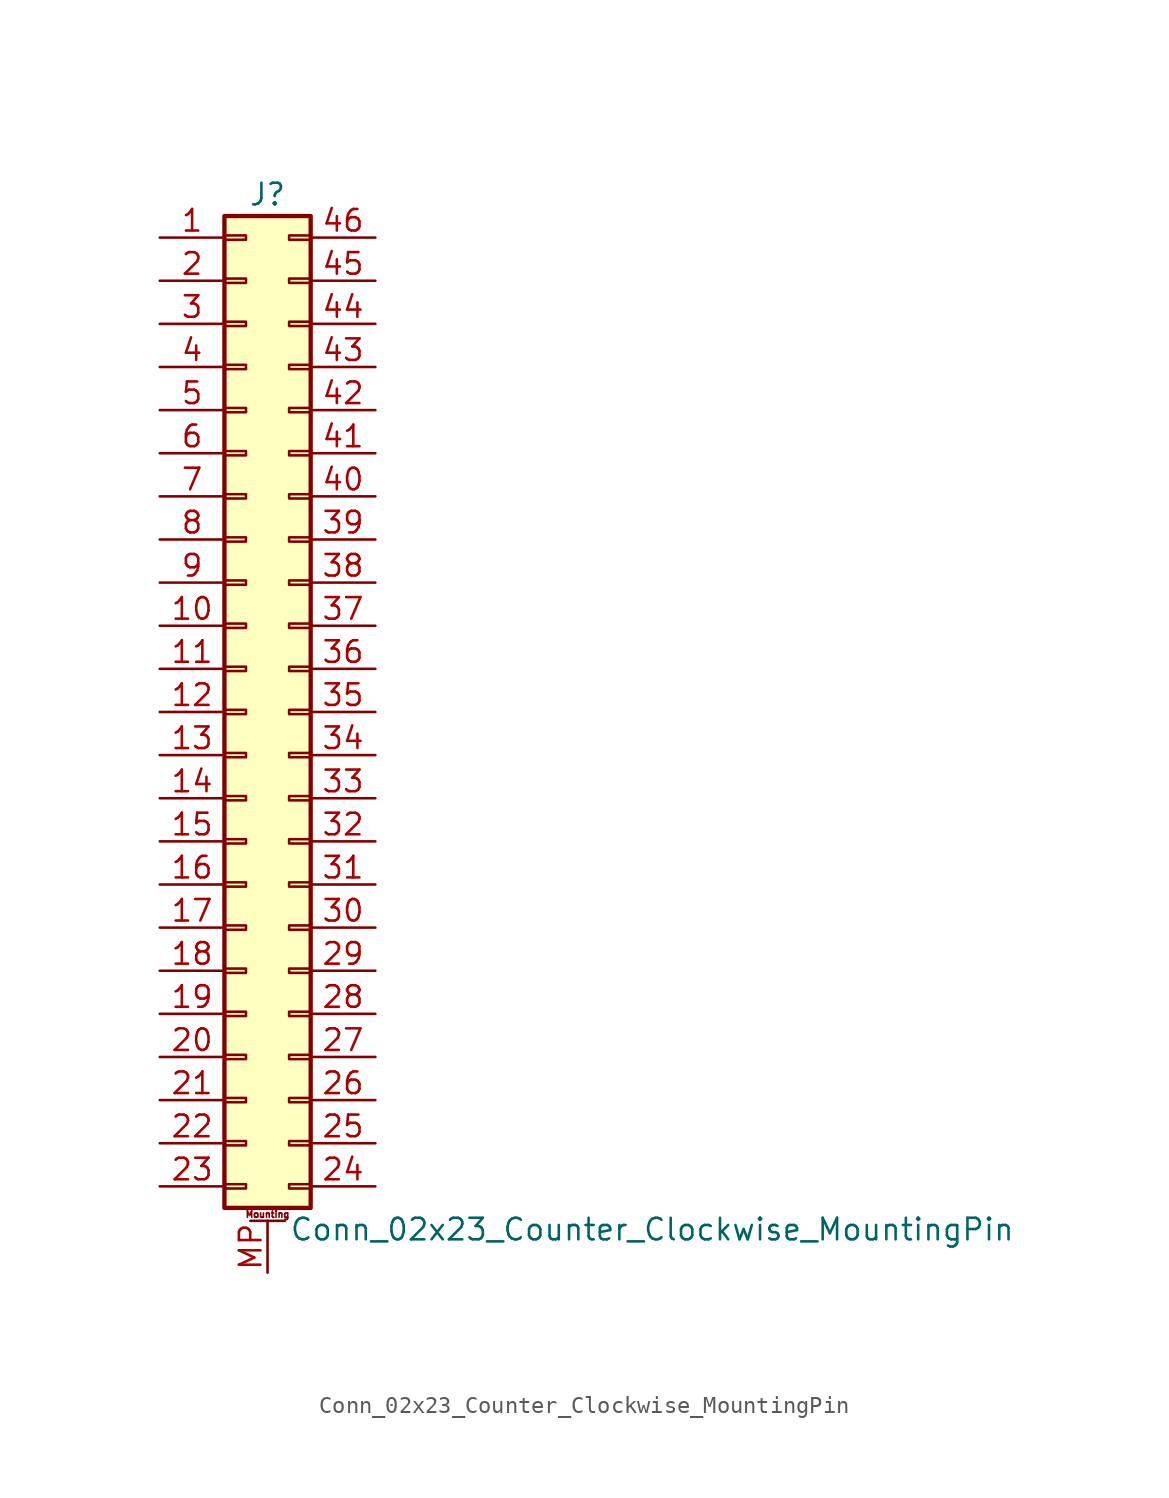
<source format=kicad_sym>
(kicad_symbol_lib
  (version 20201005)
  (generator kicad_symbol_editor)
  (symbol "Conn_02x23_Counter_Clockwise_MountingPin"
    (pin_names
      (offset 1.016) hide)
    (property "Reference" "J"
      (at 1.27 30.48 0)
      (effects (font (size 1.27 1.27))))
    (property "Value" "Conn_02x23_Counter_Clockwise_MountingPin"
      (at 2.54 -30.48 0)
      (effects (font (size 1.27 1.27)) (justify left)))
    (symbol "Conn_02x23_Counter_Clockwise_MountingPin_1_1"
      (text "Mounting" (at 1.27 -29.591 0) (effects (font (size 0.381 0.381))))
      (rectangle (start -1.27 -27.813) (end 0 -28.067) (stroke (width 0.152)) (fill (type none)))
      (rectangle (start -1.27 -25.273) (end 0 -25.527) (stroke (width 0.152)) (fill (type none)))
      (rectangle (start -1.27 -22.733) (end 0 -22.987) (stroke (width 0.152)) (fill (type none)))
      (rectangle (start -1.27 -20.193) (end 0 -20.447) (stroke (width 0.152)) (fill (type none)))
      (rectangle (start -1.27 -17.653) (end 0 -17.907) (stroke (width 0.152)) (fill (type none)))
      (rectangle (start -1.27 -15.113) (end 0 -15.367) (stroke (width 0.152)) (fill (type none)))
      (rectangle (start -1.27 -12.573) (end 0 -12.827) (stroke (width 0.152)) (fill (type none)))
      (rectangle (start -1.27 -10.033) (end 0 -10.287) (stroke (width 0.152)) (fill (type none)))
      (rectangle (start -1.27 -7.493) (end 0 -7.747) (stroke (width 0.152)) (fill (type none)))
      (rectangle (start -1.27 -4.953) (end 0 -5.207) (stroke (width 0.152)) (fill (type none)))
      (rectangle (start -1.27 -2.413) (end 0 -2.667) (stroke (width 0.152)) (fill (type none)))
      (rectangle (start -1.27 0.127) (end 0 -0.127) (stroke (width 0.152)) (fill (type none)))
      (rectangle (start -1.27 2.667) (end 0 2.413) (stroke (width 0.152)) (fill (type none)))
      (rectangle (start -1.27 5.207) (end 0 4.953) (stroke (width 0.152)) (fill (type none)))
      (rectangle (start -1.27 7.747) (end 0 7.493) (stroke (width 0.152)) (fill (type none)))
      (rectangle (start -1.27 10.287) (end 0 10.033) (stroke (width 0.152)) (fill (type none)))
      (rectangle (start -1.27 12.827) (end 0 12.573) (stroke (width 0.152)) (fill (type none)))
      (rectangle (start -1.27 15.367) (end 0 15.113) (stroke (width 0.152)) (fill (type none)))
      (rectangle (start -1.27 17.907) (end 0 17.653) (stroke (width 0.152)) (fill (type none)))
      (rectangle (start -1.27 20.447) (end 0 20.193) (stroke (width 0.152)) (fill (type none)))
      (rectangle (start -1.27 22.987) (end 0 22.733) (stroke (width 0.152)) (fill (type none)))
      (rectangle (start -1.27 25.527) (end 0 25.273) (stroke (width 0.152)) (fill (type none)))
      (rectangle (start -1.27 28.067) (end 0 27.813) (stroke (width 0.152)) (fill (type none)))
      (rectangle (start -1.27 29.21) (end 3.81 -29.21) (stroke (width 0.254)) (fill (type background)))
      (rectangle (start 3.81 -27.813) (end 2.54 -28.067) (stroke (width 0.152)) (fill (type none)))
      (rectangle (start 3.81 -25.273) (end 2.54 -25.527) (stroke (width 0.152)) (fill (type none)))
      (rectangle (start 3.81 -22.733) (end 2.54 -22.987) (stroke (width 0.152)) (fill (type none)))
      (rectangle (start 3.81 -20.193) (end 2.54 -20.447) (stroke (width 0.152)) (fill (type none)))
      (rectangle (start 3.81 -17.653) (end 2.54 -17.907) (stroke (width 0.152)) (fill (type none)))
      (rectangle (start 3.81 -15.113) (end 2.54 -15.367) (stroke (width 0.152)) (fill (type none)))
      (rectangle (start 3.81 -12.573) (end 2.54 -12.827) (stroke (width 0.152)) (fill (type none)))
      (rectangle (start 3.81 -10.033) (end 2.54 -10.287) (stroke (width 0.152)) (fill (type none)))
      (rectangle (start 3.81 -7.493) (end 2.54 -7.747) (stroke (width 0.152)) (fill (type none)))
      (rectangle (start 3.81 -4.953) (end 2.54 -5.207) (stroke (width 0.152)) (fill (type none)))
      (rectangle (start 3.81 -2.413) (end 2.54 -2.667) (stroke (width 0.152)) (fill (type none)))
      (rectangle (start 3.81 0.127) (end 2.54 -0.127) (stroke (width 0.152)) (fill (type none)))
      (rectangle (start 3.81 2.667) (end 2.54 2.413) (stroke (width 0.152)) (fill (type none)))
      (rectangle (start 3.81 5.207) (end 2.54 4.953) (stroke (width 0.152)) (fill (type none)))
      (rectangle (start 3.81 7.747) (end 2.54 7.493) (stroke (width 0.152)) (fill (type none)))
      (rectangle (start 3.81 10.287) (end 2.54 10.033) (stroke (width 0.152)) (fill (type none)))
      (rectangle (start 3.81 12.827) (end 2.54 12.573) (stroke (width 0.152)) (fill (type none)))
      (rectangle (start 3.81 15.367) (end 2.54 15.113) (stroke (width 0.152)) (fill (type none)))
      (rectangle (start 3.81 17.907) (end 2.54 17.653) (stroke (width 0.152)) (fill (type none)))
      (rectangle (start 3.81 20.447) (end 2.54 20.193) (stroke (width 0.152)) (fill (type none)))
      (rectangle (start 3.81 22.987) (end 2.54 22.733) (stroke (width 0.152)) (fill (type none)))
      (rectangle (start 3.81 25.527) (end 2.54 25.273) (stroke (width 0.152)) (fill (type none)))
      (rectangle (start 3.81 28.067) (end 2.54 27.813) (stroke (width 0.152)) (fill (type none)))
      (polyline (pts (xy 0.254 -29.972) (xy 2.286 -29.972)) (stroke (width 0.152)) (fill (type none)))
      (pin passive line (at -5.08 27.94 0) (length 3.81) (name "Pin_1" (effects (font (size 1.27 1.27)))) (number "1" (effects (font (size 1.27 1.27)))))
      (pin passive line (at -5.08 5.08 0) (length 3.81) (name "Pin_10" (effects (font (size 1.27 1.27)))) (number "10" (effects (font (size 1.27 1.27)))))
      (pin passive line (at -5.08 2.54 0) (length 3.81) (name "Pin_11" (effects (font (size 1.27 1.27)))) (number "11" (effects (font (size 1.27 1.27)))))
      (pin passive line (at -5.08 0 0) (length 3.81) (name "Pin_12" (effects (font (size 1.27 1.27)))) (number "12" (effects (font (size 1.27 1.27)))))
      (pin passive line (at -5.08 -2.54 0) (length 3.81) (name "Pin_13" (effects (font (size 1.27 1.27)))) (number "13" (effects (font (size 1.27 1.27)))))
      (pin passive line (at -5.08 -5.08 0) (length 3.81) (name "Pin_14" (effects (font (size 1.27 1.27)))) (number "14" (effects (font (size 1.27 1.27)))))
      (pin passive line (at -5.08 -7.62 0) (length 3.81) (name "Pin_15" (effects (font (size 1.27 1.27)))) (number "15" (effects (font (size 1.27 1.27)))))
      (pin passive line (at -5.08 -10.16 0) (length 3.81) (name "Pin_16" (effects (font (size 1.27 1.27)))) (number "16" (effects (font (size 1.27 1.27)))))
      (pin passive line (at -5.08 -12.7 0) (length 3.81) (name "Pin_17" (effects (font (size 1.27 1.27)))) (number "17" (effects (font (size 1.27 1.27)))))
      (pin passive line (at -5.08 -15.24 0) (length 3.81) (name "Pin_18" (effects (font (size 1.27 1.27)))) (number "18" (effects (font (size 1.27 1.27)))))
      (pin passive line (at -5.08 -17.78 0) (length 3.81) (name "Pin_19" (effects (font (size 1.27 1.27)))) (number "19" (effects (font (size 1.27 1.27)))))
      (pin passive line (at -5.08 25.4 0) (length 3.81) (name "Pin_2" (effects (font (size 1.27 1.27)))) (number "2" (effects (font (size 1.27 1.27)))))
      (pin passive line (at -5.08 -20.32 0) (length 3.81) (name "Pin_20" (effects (font (size 1.27 1.27)))) (number "20" (effects (font (size 1.27 1.27)))))
      (pin passive line (at -5.08 -22.86 0) (length 3.81) (name "Pin_21" (effects (font (size 1.27 1.27)))) (number "21" (effects (font (size 1.27 1.27)))))
      (pin passive line (at -5.08 -25.4 0) (length 3.81) (name "Pin_22" (effects (font (size 1.27 1.27)))) (number "22" (effects (font (size 1.27 1.27)))))
      (pin passive line (at -5.08 -27.94 0) (length 3.81) (name "Pin_23" (effects (font (size 1.27 1.27)))) (number "23" (effects (font (size 1.27 1.27)))))
      (pin passive line (at 7.62 -27.94 180) (length 3.81) (name "Pin_24" (effects (font (size 1.27 1.27)))) (number "24" (effects (font (size 1.27 1.27)))))
      (pin passive line (at 7.62 -25.4 180) (length 3.81) (name "Pin_25" (effects (font (size 1.27 1.27)))) (number "25" (effects (font (size 1.27 1.27)))))
      (pin passive line (at 7.62 -22.86 180) (length 3.81) (name "Pin_26" (effects (font (size 1.27 1.27)))) (number "26" (effects (font (size 1.27 1.27)))))
      (pin passive line (at 7.62 -20.32 180) (length 3.81) (name "Pin_27" (effects (font (size 1.27 1.27)))) (number "27" (effects (font (size 1.27 1.27)))))
      (pin passive line (at 7.62 -17.78 180) (length 3.81) (name "Pin_28" (effects (font (size 1.27 1.27)))) (number "28" (effects (font (size 1.27 1.27)))))
      (pin passive line (at 7.62 -15.24 180) (length 3.81) (name "Pin_29" (effects (font (size 1.27 1.27)))) (number "29" (effects (font (size 1.27 1.27)))))
      (pin passive line (at -5.08 22.86 0) (length 3.81) (name "Pin_3" (effects (font (size 1.27 1.27)))) (number "3" (effects (font (size 1.27 1.27)))))
      (pin passive line (at 7.62 -12.7 180) (length 3.81) (name "Pin_30" (effects (font (size 1.27 1.27)))) (number "30" (effects (font (size 1.27 1.27)))))
      (pin passive line (at 7.62 -10.16 180) (length 3.81) (name "Pin_31" (effects (font (size 1.27 1.27)))) (number "31" (effects (font (size 1.27 1.27)))))
      (pin passive line (at 7.62 -7.62 180) (length 3.81) (name "Pin_32" (effects (font (size 1.27 1.27)))) (number "32" (effects (font (size 1.27 1.27)))))
      (pin passive line (at 7.62 -5.08 180) (length 3.81) (name "Pin_33" (effects (font (size 1.27 1.27)))) (number "33" (effects (font (size 1.27 1.27)))))
      (pin passive line (at 7.62 -2.54 180) (length 3.81) (name "Pin_34" (effects (font (size 1.27 1.27)))) (number "34" (effects (font (size 1.27 1.27)))))
      (pin passive line (at 7.62 0 180) (length 3.81) (name "Pin_35" (effects (font (size 1.27 1.27)))) (number "35" (effects (font (size 1.27 1.27)))))
      (pin passive line (at 7.62 2.54 180) (length 3.81) (name "Pin_36" (effects (font (size 1.27 1.27)))) (number "36" (effects (font (size 1.27 1.27)))))
      (pin passive line (at 7.62 5.08 180) (length 3.81) (name "Pin_37" (effects (font (size 1.27 1.27)))) (number "37" (effects (font (size 1.27 1.27)))))
      (pin passive line (at 7.62 7.62 180) (length 3.81) (name "Pin_38" (effects (font (size 1.27 1.27)))) (number "38" (effects (font (size 1.27 1.27)))))
      (pin passive line (at 7.62 10.16 180) (length 3.81) (name "Pin_39" (effects (font (size 1.27 1.27)))) (number "39" (effects (font (size 1.27 1.27)))))
      (pin passive line (at -5.08 20.32 0) (length 3.81) (name "Pin_4" (effects (font (size 1.27 1.27)))) (number "4" (effects (font (size 1.27 1.27)))))
      (pin passive line (at 7.62 12.7 180) (length 3.81) (name "Pin_40" (effects (font (size 1.27 1.27)))) (number "40" (effects (font (size 1.27 1.27)))))
      (pin passive line (at 7.62 15.24 180) (length 3.81) (name "Pin_41" (effects (font (size 1.27 1.27)))) (number "41" (effects (font (size 1.27 1.27)))))
      (pin passive line (at 7.62 17.78 180) (length 3.81) (name "Pin_42" (effects (font (size 1.27 1.27)))) (number "42" (effects (font (size 1.27 1.27)))))
      (pin passive line (at 7.62 20.32 180) (length 3.81) (name "Pin_43" (effects (font (size 1.27 1.27)))) (number "43" (effects (font (size 1.27 1.27)))))
      (pin passive line (at 7.62 22.86 180) (length 3.81) (name "Pin_44" (effects (font (size 1.27 1.27)))) (number "44" (effects (font (size 1.27 1.27)))))
      (pin passive line (at 7.62 25.4 180) (length 3.81) (name "Pin_45" (effects (font (size 1.27 1.27)))) (number "45" (effects (font (size 1.27 1.27)))))
      (pin passive line (at 7.62 27.94 180) (length 3.81) (name "Pin_46" (effects (font (size 1.27 1.27)))) (number "46" (effects (font (size 1.27 1.27)))))
      (pin passive line (at -5.08 17.78 0) (length 3.81) (name "Pin_5" (effects (font (size 1.27 1.27)))) (number "5" (effects (font (size 1.27 1.27)))))
      (pin passive line (at -5.08 15.24 0) (length 3.81) (name "Pin_6" (effects (font (size 1.27 1.27)))) (number "6" (effects (font (size 1.27 1.27)))))
      (pin passive line (at -5.08 12.7 0) (length 3.81) (name "Pin_7" (effects (font (size 1.27 1.27)))) (number "7" (effects (font (size 1.27 1.27)))))
      (pin passive line (at -5.08 10.16 0) (length 3.81) (name "Pin_8" (effects (font (size 1.27 1.27)))) (number "8" (effects (font (size 1.27 1.27)))))
      (pin passive line (at -5.08 7.62 0) (length 3.81) (name "Pin_9" (effects (font (size 1.27 1.27)))) (number "9" (effects (font (size 1.27 1.27)))))
      (pin passive line (at 1.27 -33.02 90) (length 3.048) (name "MountPin" (effects (font (size 1.27 1.27)))) (number "MP" (effects (font (size 1.27 1.27))))))))
</source>
